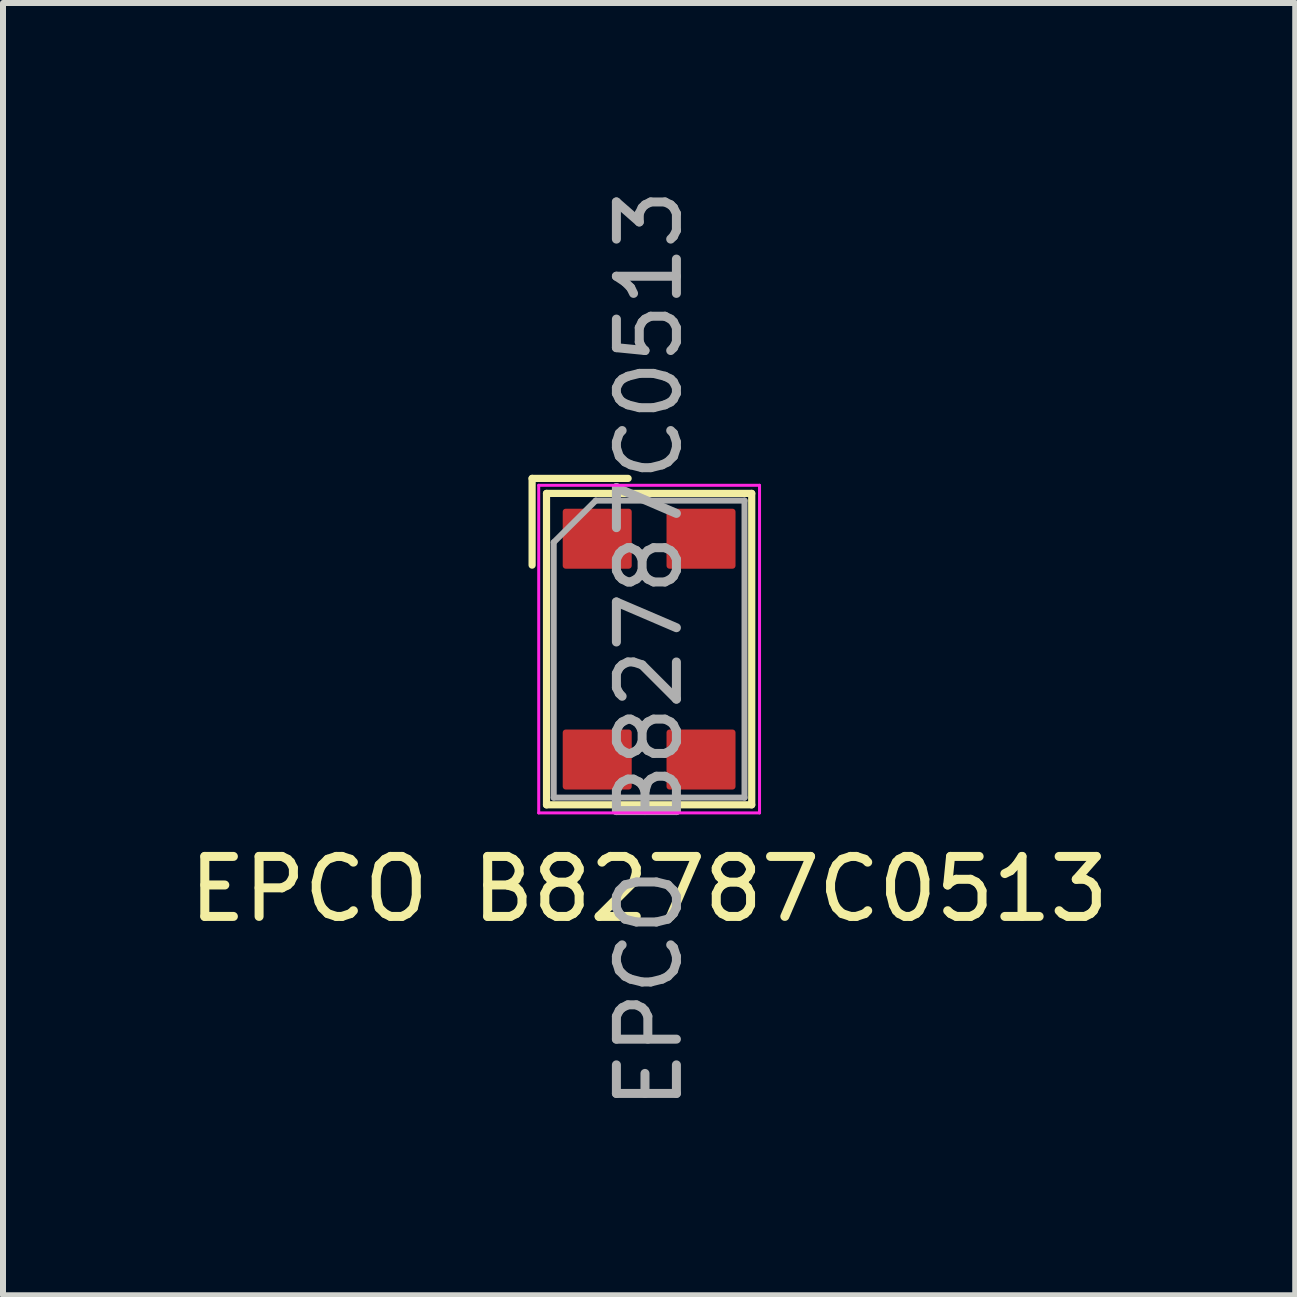
<source format=kicad_pcb>
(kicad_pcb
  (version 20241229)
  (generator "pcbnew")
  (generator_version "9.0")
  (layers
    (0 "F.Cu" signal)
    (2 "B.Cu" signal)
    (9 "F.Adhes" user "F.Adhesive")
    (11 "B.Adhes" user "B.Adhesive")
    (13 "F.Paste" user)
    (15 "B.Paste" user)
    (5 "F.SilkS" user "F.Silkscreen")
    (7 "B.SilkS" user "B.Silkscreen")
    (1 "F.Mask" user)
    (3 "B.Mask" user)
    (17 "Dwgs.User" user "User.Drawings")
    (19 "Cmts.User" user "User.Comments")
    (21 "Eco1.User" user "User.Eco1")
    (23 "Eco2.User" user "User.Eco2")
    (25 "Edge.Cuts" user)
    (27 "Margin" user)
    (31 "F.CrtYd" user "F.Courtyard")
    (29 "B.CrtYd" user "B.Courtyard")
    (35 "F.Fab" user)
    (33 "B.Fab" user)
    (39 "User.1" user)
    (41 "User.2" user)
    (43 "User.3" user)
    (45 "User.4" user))
  (footprint "EPCO B82787C0513"
    (layer "F.Cu")
    (at 7.768 7.768)
    (property "Reference" "EPCO B82787C0513" (at 0 4 0) (layer "F.SilkS") (effects (font (size 1 1) (thickness 0.15))))
    (attr smd)
    (fp_line (start -1.95 -2.845) (end -1.95 -1.4) (stroke (width 0.12) (type solid)) (layer "F.SilkS"))
    (fp_line (start -1.95 -2.845) (end -0.35 -2.845) (stroke (width 0.12) (type solid)) (layer "F.SilkS"))
    (fp_line (start -1.71 -2.595) (end -1.71 2.595) (stroke (width 0.12) (type solid)) (layer "F.SilkS"))
    (fp_line (start -1.71 -2.595) (end 1.71 -2.595) (stroke (width 0.12) (type solid)) (layer "F.SilkS"))
    (fp_line (start -1.71 2.595) (end 1.71 2.595) (stroke (width 0.12) (type solid)) (layer "F.SilkS"))
    (fp_line (start 1.71 -2.595) (end 1.71 2.595) (stroke (width 0.12) (type solid)) (layer "F.SilkS"))
    (fp_line (start -1.84 -2.73) (end 1.84 -2.73) (stroke (width 0.05) (type solid)) (layer "F.CrtYd"))
    (fp_line (start -1.84 2.73) (end -1.84 -2.73) (stroke (width 0.05) (type solid)) (layer "F.CrtYd"))
    (fp_line (start -1.84 2.73) (end 1.84 2.73) (stroke (width 0.05) (type solid)) (layer "F.CrtYd"))
    (fp_line (start 1.84 2.73) (end 1.84 -2.73) (stroke (width 0.05) (type solid)) (layer "F.CrtYd"))
    (fp_line (start -1.59 -1.78) (end -1.59 2.475) (stroke (width 0.1) (type solid)) (layer "F.Fab"))
    (fp_line (start -1.59 -1.78) (end -0.89 -2.475) (stroke (width 0.1) (type solid)) (layer "F.Fab"))
    (fp_line (start -1.59 2.475) (end 1.59 2.475) (stroke (width 0.1) (type solid)) (layer "F.Fab"))
    (fp_line (start -0.89 -2.475) (end 1.59 -2.475) (stroke (width 0.1) (type solid)) (layer "F.Fab"))
    (fp_line (start 1.59 -2.475) (end 1.59 2.475) (stroke (width 0.1) (type solid)) (layer "F.Fab"))
    (fp_text user "${REFERENCE}" (at 0 0 90) (layer "F.Fab") (effects (font (size 1 1) (thickness 0.15))))
    (pad "1" smd roundrect (at 0.865 -1.84) (size 1.15 1) (layers "F.Cu" "F.Mask" "F.Paste") (roundrect_rratio 0.05))
    (pad "2" smd roundrect (at -0.865 -1.84) (size 1.15 1) (layers "F.Cu" "F.Mask" "F.Paste") (roundrect_rratio 0.05))
    (pad "3" smd roundrect (at -0.865 1.84) (size 1.15 1) (layers "F.Cu" "F.Mask" "F.Paste") (roundrect_rratio 0.05))
    (pad "4" smd roundrect (at 0.865 1.84) (size 1.15 1) (layers "F.Cu" "F.Mask" "F.Paste") (roundrect_rratio 0.05)))
  (gr_rect
    (start -3 -3)
    (end 18.536 18.536)
    (stroke (width 0.1) (type default))
    (fill no)
    (layer "Edge.Cuts")))
</source>
